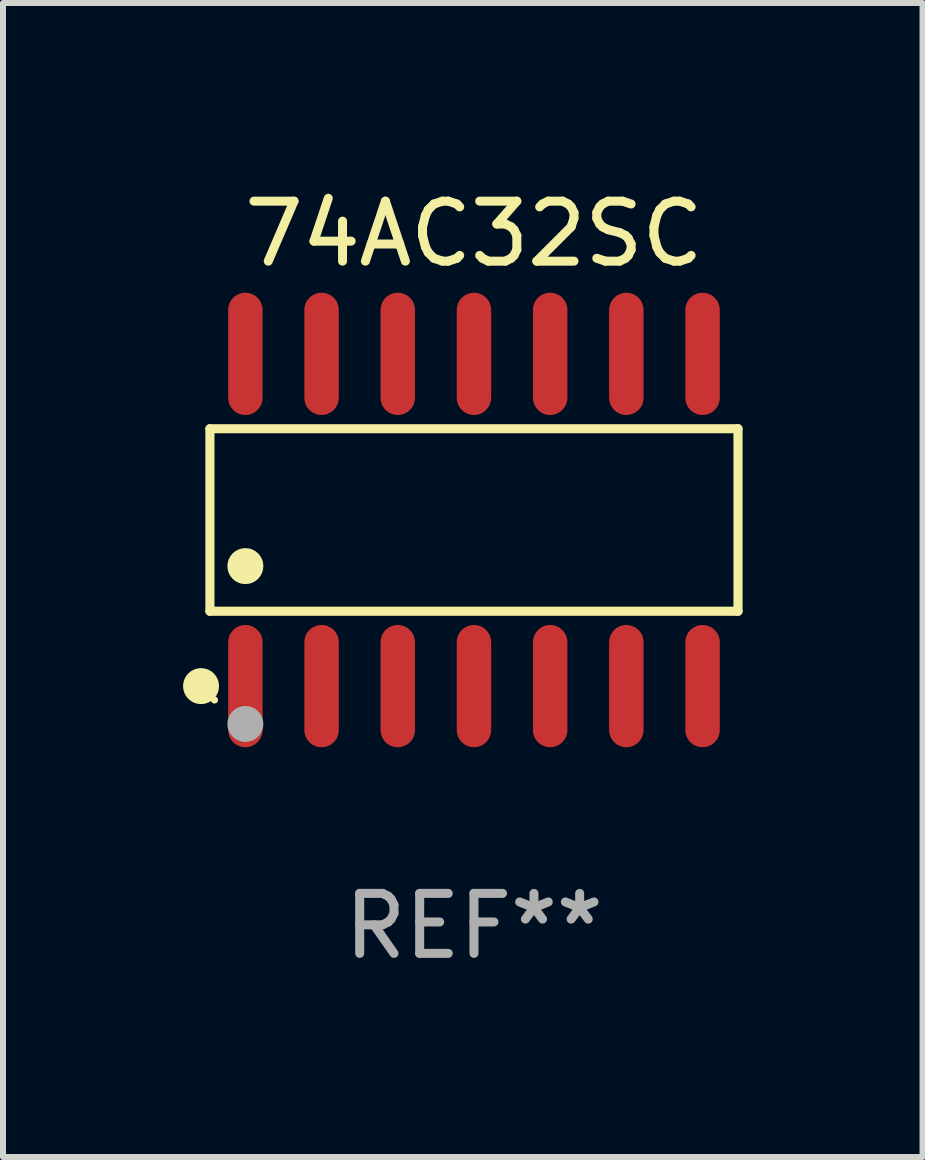
<source format=kicad_pcb>
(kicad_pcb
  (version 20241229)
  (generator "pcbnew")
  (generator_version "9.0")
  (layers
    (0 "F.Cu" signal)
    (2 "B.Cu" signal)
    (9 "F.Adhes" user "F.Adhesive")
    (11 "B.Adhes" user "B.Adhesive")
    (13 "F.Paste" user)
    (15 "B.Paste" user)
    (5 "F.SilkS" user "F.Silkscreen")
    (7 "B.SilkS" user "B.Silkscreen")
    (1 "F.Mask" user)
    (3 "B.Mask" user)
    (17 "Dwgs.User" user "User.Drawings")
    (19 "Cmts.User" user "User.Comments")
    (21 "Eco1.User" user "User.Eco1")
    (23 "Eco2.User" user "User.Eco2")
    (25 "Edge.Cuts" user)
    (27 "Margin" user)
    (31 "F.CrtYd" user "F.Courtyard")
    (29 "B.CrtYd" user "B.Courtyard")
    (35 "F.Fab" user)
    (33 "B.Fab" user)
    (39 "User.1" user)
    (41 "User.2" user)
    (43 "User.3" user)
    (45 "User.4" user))
  (footprint "74AC32SC"
    (layer "F.Cu")
    (at 4.85 5.617)
    (property "Reference" "74AC32SC" (at 0 -4.769 0) (layer "F.SilkS") (effects (font (size 1 1) (thickness 0.15))))
    (attr through_hole)
    (fp_line (start -4.401 -1.521) (end 4.401 -1.521) (stroke (width 0.152) (type solid)) (layer "F.SilkS"))
    (fp_line (start -4.401 1.521) (end -4.401 -1.521) (stroke (width 0.152) (type solid)) (layer "F.SilkS"))
    (fp_line (start 4.401 -1.521) (end 4.401 1.521) (stroke (width 0.152) (type solid)) (layer "F.SilkS"))
    (fp_line (start 4.401 1.521) (end -4.401 1.521) (stroke (width 0.152) (type solid)) (layer "F.SilkS"))
    (fp_circle (center -4.549 2.769) (end -4.399 2.769) (stroke (width 0.3) (type solid)) (fill no) (layer "F.SilkS"))
    (fp_circle (center -4.325 3) (end -4.295 3) (stroke (width 0.06) (type solid)) (fill no) (layer "F.SilkS"))
    (fp_circle (center -3.81 0.769) (end -3.66 0.769) (stroke (width 0.3) (type solid)) (fill no) (layer "F.SilkS"))
    (fp_circle (center -3.81 3.4) (end -3.66 3.4) (stroke (width 0.3) (type solid)) (fill no) (layer "F.Fab"))
    (fp_text user "REF**" (at 0 6.769 0) (layer "F.Fab") (effects (font (size 1 1) (thickness 0.15))))
    (pad "1" smd oval (at -3.81 2.769) (size 0.574 2.038) (layers "F.Cu" "F.Mask" "F.Paste"))
    (pad "2" smd oval (at -2.54 2.769) (size 0.574 2.038) (layers "F.Cu" "F.Mask" "F.Paste"))
    (pad "3" smd oval (at -1.27 2.769) (size 0.574 2.038) (layers "F.Cu" "F.Mask" "F.Paste"))
    (pad "4" smd oval (at 0 2.769) (size 0.574 2.038) (layers "F.Cu" "F.Mask" "F.Paste"))
    (pad "5" smd oval (at 1.27 2.769) (size 0.574 2.038) (layers "F.Cu" "F.Mask" "F.Paste"))
    (pad "6" smd oval (at 2.54 2.769) (size 0.574 2.038) (layers "F.Cu" "F.Mask" "F.Paste"))
    (pad "7" smd oval (at 3.81 2.769) (size 0.574 2.038) (layers "F.Cu" "F.Mask" "F.Paste"))
    (pad "8" smd oval (at 3.81 -2.769) (size 0.574 2.038) (layers "F.Cu" "F.Mask" "F.Paste"))
    (pad "9" smd oval (at 2.54 -2.769) (size 0.574 2.038) (layers "F.Cu" "F.Mask" "F.Paste"))
    (pad "10" smd oval (at 1.27 -2.769) (size 0.574 2.038) (layers "F.Cu" "F.Mask" "F.Paste"))
    (pad "11" smd oval (at 0 -2.769) (size 0.574 2.038) (layers "F.Cu" "F.Mask" "F.Paste"))
    (pad "12" smd oval (at -1.27 -2.769) (size 0.574 2.038) (layers "F.Cu" "F.Mask" "F.Paste"))
    (pad "13" smd oval (at -2.54 -2.769) (size 0.574 2.038) (layers "F.Cu" "F.Mask" "F.Paste"))
    (pad "14" smd oval (at -3.81 -2.769) (size 0.574 2.038) (layers "F.Cu" "F.Mask" "F.Paste")))
  (gr_rect
    (start -3 -3)
    (end 12.327 16.235)
    (stroke (width 0.1) (type default))
    (fill no)
    (layer "Edge.Cuts")))
</source>
